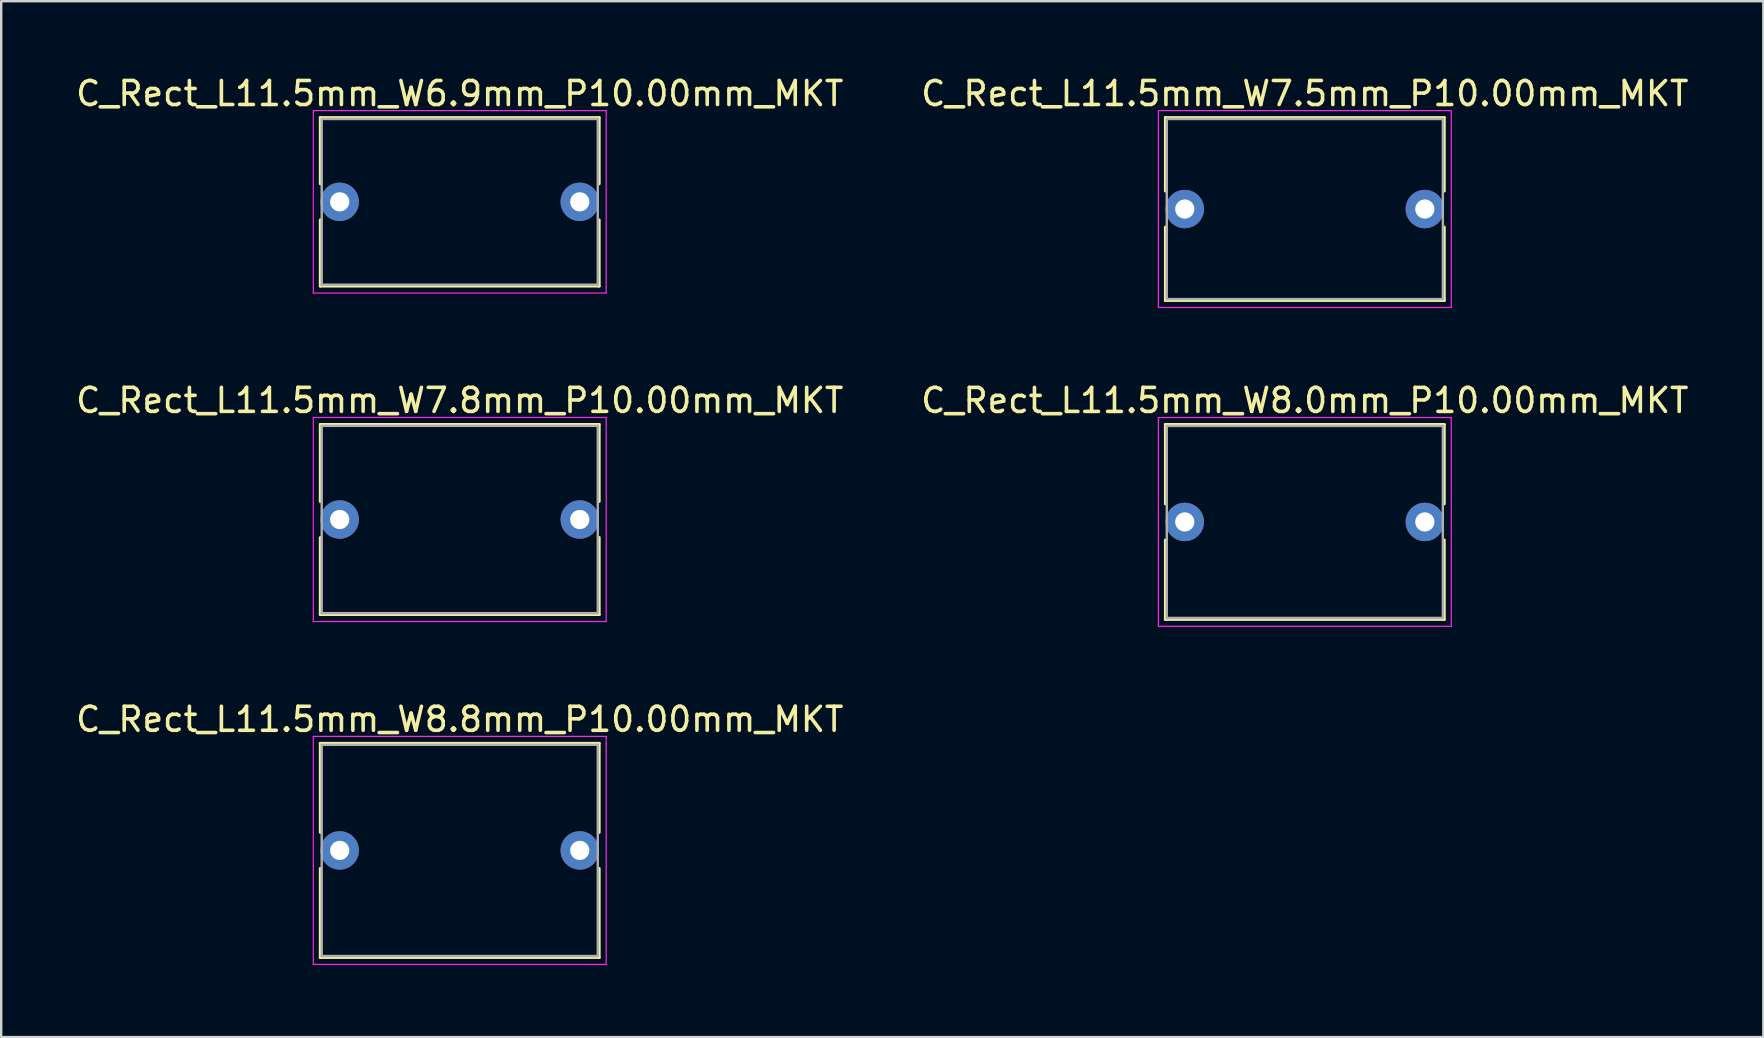
<source format=kicad_pcb>
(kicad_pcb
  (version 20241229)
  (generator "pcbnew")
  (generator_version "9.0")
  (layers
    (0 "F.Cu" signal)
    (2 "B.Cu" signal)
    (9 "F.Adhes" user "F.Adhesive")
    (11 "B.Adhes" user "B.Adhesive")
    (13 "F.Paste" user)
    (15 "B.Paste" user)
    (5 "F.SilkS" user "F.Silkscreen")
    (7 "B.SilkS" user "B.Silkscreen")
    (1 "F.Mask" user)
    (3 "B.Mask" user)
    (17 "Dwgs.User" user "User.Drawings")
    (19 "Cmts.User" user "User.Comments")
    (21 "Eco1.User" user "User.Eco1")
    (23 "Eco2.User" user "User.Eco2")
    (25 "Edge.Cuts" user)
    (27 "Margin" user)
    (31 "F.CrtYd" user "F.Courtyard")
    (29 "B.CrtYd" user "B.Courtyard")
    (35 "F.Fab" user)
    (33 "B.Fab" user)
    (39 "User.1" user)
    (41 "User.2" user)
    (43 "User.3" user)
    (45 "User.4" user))
  (footprint "C_Rect_L11.5mm_W7.8mm_P10.00mm_MKT"
    (layer "F.Cu")
    (at 11.101 18.591)
    (property "Reference" "C_Rect_L11.5mm_W7.8mm_P10.00mm_MKT" (at 5 -4.96 0) (layer "F.SilkS") (effects (font (size 1 1) (thickness 0.15))))
    (attr through_hole)
    (fp_line (start -0.81 -3.96) (end -0.81 -0.75) (stroke (width 0.12) (type solid)) (layer "F.SilkS"))
    (fp_line (start -0.81 -3.96) (end 10.81 -3.96) (stroke (width 0.12) (type solid)) (layer "F.SilkS"))
    (fp_line (start -0.81 0.75) (end -0.81 3.96) (stroke (width 0.12) (type solid)) (layer "F.SilkS"))
    (fp_line (start -0.81 3.96) (end 10.81 3.96) (stroke (width 0.12) (type solid)) (layer "F.SilkS"))
    (fp_line (start 10.81 -3.96) (end 10.81 -0.75) (stroke (width 0.12) (type solid)) (layer "F.SilkS"))
    (fp_line (start 10.81 0.75) (end 10.81 3.96) (stroke (width 0.12) (type solid)) (layer "F.SilkS"))
    (fp_line (start -1.1 -4.25) (end -1.1 4.25) (stroke (width 0.05) (type solid)) (layer "F.CrtYd"))
    (fp_line (start -1.1 4.25) (end 11.1 4.25) (stroke (width 0.05) (type solid)) (layer "F.CrtYd"))
    (fp_line (start 11.1 -4.25) (end -1.1 -4.25) (stroke (width 0.05) (type solid)) (layer "F.CrtYd"))
    (fp_line (start 11.1 4.25) (end 11.1 -4.25) (stroke (width 0.05) (type solid)) (layer "F.CrtYd"))
    (fp_line (start -0.75 -3.9) (end -0.75 3.9) (stroke (width 0.1) (type solid)) (layer "F.Fab"))
    (fp_line (start -0.75 3.9) (end 10.75 3.9) (stroke (width 0.1) (type solid)) (layer "F.Fab"))
    (fp_line (start 10.75 -3.9) (end -0.75 -3.9) (stroke (width 0.1) (type solid)) (layer "F.Fab"))
    (fp_line (start 10.75 3.9) (end 10.75 -3.9) (stroke (width 0.1) (type solid)) (layer "F.Fab"))
    (pad "1" thru_hole circle (at 0 0) (size 1.6 1.6) (drill 0.8) (layers "*.Cu" "*.Mask"))
    (pad "2" thru_hole circle (at 10 0) (size 1.6 1.6) (drill 0.8) (layers "*.Cu" "*.Mask")))
  (footprint "C_Rect_L11.5mm_W7.5mm_P10.00mm_MKT"
    (layer "F.Cu")
    (at 46.304 5.658)
    (property "Reference" "C_Rect_L11.5mm_W7.5mm_P10.00mm_MKT" (at 5 -4.81 0) (layer "F.SilkS") (effects (font (size 1 1) (thickness 0.15))))
    (attr through_hole)
    (fp_line (start -0.81 -3.81) (end -0.81 -0.75) (stroke (width 0.12) (type solid)) (layer "F.SilkS"))
    (fp_line (start -0.81 -3.81) (end 10.81 -3.81) (stroke (width 0.12) (type solid)) (layer "F.SilkS"))
    (fp_line (start -0.81 0.75) (end -0.81 3.81) (stroke (width 0.12) (type solid)) (layer "F.SilkS"))
    (fp_line (start -0.81 3.81) (end 10.81 3.81) (stroke (width 0.12) (type solid)) (layer "F.SilkS"))
    (fp_line (start 10.81 -3.81) (end 10.81 -0.75) (stroke (width 0.12) (type solid)) (layer "F.SilkS"))
    (fp_line (start 10.81 0.75) (end 10.81 3.81) (stroke (width 0.12) (type solid)) (layer "F.SilkS"))
    (fp_line (start -1.1 -4.1) (end -1.1 4.1) (stroke (width 0.05) (type solid)) (layer "F.CrtYd"))
    (fp_line (start -1.1 4.1) (end 11.1 4.1) (stroke (width 0.05) (type solid)) (layer "F.CrtYd"))
    (fp_line (start 11.1 -4.1) (end -1.1 -4.1) (stroke (width 0.05) (type solid)) (layer "F.CrtYd"))
    (fp_line (start 11.1 4.1) (end 11.1 -4.1) (stroke (width 0.05) (type solid)) (layer "F.CrtYd"))
    (fp_line (start -0.75 -3.75) (end -0.75 3.75) (stroke (width 0.1) (type solid)) (layer "F.Fab"))
    (fp_line (start -0.75 3.75) (end 10.75 3.75) (stroke (width 0.1) (type solid)) (layer "F.Fab"))
    (fp_line (start 10.75 -3.75) (end -0.75 -3.75) (stroke (width 0.1) (type solid)) (layer "F.Fab"))
    (fp_line (start 10.75 3.75) (end 10.75 -3.75) (stroke (width 0.1) (type solid)) (layer "F.Fab"))
    (pad "1" thru_hole circle (at 0 0) (size 1.6 1.6) (drill 0.8) (layers "*.Cu" "*.Mask"))
    (pad "2" thru_hole circle (at 10 0) (size 1.6 1.6) (drill 0.8) (layers "*.Cu" "*.Mask")))
  (footprint "C_Rect_L11.5mm_W6.9mm_P10.00mm_MKT"
    (layer "F.Cu")
    (at 11.101 5.358)
    (property "Reference" "C_Rect_L11.5mm_W6.9mm_P10.00mm_MKT" (at 5 -4.51 0) (layer "F.SilkS") (effects (font (size 1 1) (thickness 0.15))))
    (attr through_hole)
    (fp_line (start -0.81 -3.51) (end -0.81 -0.75) (stroke (width 0.12) (type solid)) (layer "F.SilkS"))
    (fp_line (start -0.81 -3.51) (end 10.81 -3.51) (stroke (width 0.12) (type solid)) (layer "F.SilkS"))
    (fp_line (start -0.81 0.75) (end -0.81 3.51) (stroke (width 0.12) (type solid)) (layer "F.SilkS"))
    (fp_line (start -0.81 3.51) (end 10.81 3.51) (stroke (width 0.12) (type solid)) (layer "F.SilkS"))
    (fp_line (start 10.81 -3.51) (end 10.81 -0.75) (stroke (width 0.12) (type solid)) (layer "F.SilkS"))
    (fp_line (start 10.81 0.75) (end 10.81 3.51) (stroke (width 0.12) (type solid)) (layer "F.SilkS"))
    (fp_line (start -1.1 -3.8) (end -1.1 3.8) (stroke (width 0.05) (type solid)) (layer "F.CrtYd"))
    (fp_line (start -1.1 3.8) (end 11.1 3.8) (stroke (width 0.05) (type solid)) (layer "F.CrtYd"))
    (fp_line (start 11.1 -3.8) (end -1.1 -3.8) (stroke (width 0.05) (type solid)) (layer "F.CrtYd"))
    (fp_line (start 11.1 3.8) (end 11.1 -3.8) (stroke (width 0.05) (type solid)) (layer "F.CrtYd"))
    (fp_line (start -0.75 -3.45) (end -0.75 3.45) (stroke (width 0.1) (type solid)) (layer "F.Fab"))
    (fp_line (start -0.75 3.45) (end 10.75 3.45) (stroke (width 0.1) (type solid)) (layer "F.Fab"))
    (fp_line (start 10.75 -3.45) (end -0.75 -3.45) (stroke (width 0.1) (type solid)) (layer "F.Fab"))
    (fp_line (start 10.75 3.45) (end 10.75 -3.45) (stroke (width 0.1) (type solid)) (layer "F.Fab"))
    (pad "1" thru_hole circle (at 0 0) (size 1.6 1.6) (drill 0.8) (layers "*.Cu" "*.Mask"))
    (pad "2" thru_hole circle (at 10 0) (size 1.6 1.6) (drill 0.8) (layers "*.Cu" "*.Mask")))
  (footprint "C_Rect_L11.5mm_W8.0mm_P10.00mm_MKT"
    (layer "F.Cu")
    (at 46.304 18.692)
    (property "Reference" "C_Rect_L11.5mm_W8.0mm_P10.00mm_MKT" (at 5 -5.06 0) (layer "F.SilkS") (effects (font (size 1 1) (thickness 0.15))))
    (attr through_hole)
    (fp_line (start -0.81 -4.06) (end -0.81 -0.75) (stroke (width 0.12) (type solid)) (layer "F.SilkS"))
    (fp_line (start -0.81 -4.06) (end 10.81 -4.06) (stroke (width 0.12) (type solid)) (layer "F.SilkS"))
    (fp_line (start -0.81 0.75) (end -0.81 4.06) (stroke (width 0.12) (type solid)) (layer "F.SilkS"))
    (fp_line (start -0.81 4.06) (end 10.81 4.06) (stroke (width 0.12) (type solid)) (layer "F.SilkS"))
    (fp_line (start 10.81 -4.06) (end 10.81 -0.75) (stroke (width 0.12) (type solid)) (layer "F.SilkS"))
    (fp_line (start 10.81 0.75) (end 10.81 4.06) (stroke (width 0.12) (type solid)) (layer "F.SilkS"))
    (fp_line (start -1.1 -4.35) (end -1.1 4.35) (stroke (width 0.05) (type solid)) (layer "F.CrtYd"))
    (fp_line (start -1.1 4.35) (end 11.1 4.35) (stroke (width 0.05) (type solid)) (layer "F.CrtYd"))
    (fp_line (start 11.1 -4.35) (end -1.1 -4.35) (stroke (width 0.05) (type solid)) (layer "F.CrtYd"))
    (fp_line (start 11.1 4.35) (end 11.1 -4.35) (stroke (width 0.05) (type solid)) (layer "F.CrtYd"))
    (fp_line (start -0.75 -4) (end -0.75 4) (stroke (width 0.1) (type solid)) (layer "F.Fab"))
    (fp_line (start -0.75 4) (end 10.75 4) (stroke (width 0.1) (type solid)) (layer "F.Fab"))
    (fp_line (start 10.75 -4) (end -0.75 -4) (stroke (width 0.1) (type solid)) (layer "F.Fab"))
    (fp_line (start 10.75 4) (end 10.75 -4) (stroke (width 0.1) (type solid)) (layer "F.Fab"))
    (pad "1" thru_hole circle (at 0 0) (size 1.6 1.6) (drill 0.8) (layers "*.Cu" "*.Mask"))
    (pad "2" thru_hole circle (at 10 0) (size 1.6 1.6) (drill 0.8) (layers "*.Cu" "*.Mask")))
  (footprint "C_Rect_L11.5mm_W8.8mm_P10.00mm_MKT"
    (layer "F.Cu")
    (at 11.101 32.375)
    (property "Reference" "C_Rect_L11.5mm_W8.8mm_P10.00mm_MKT" (at 5 -5.46 0) (layer "F.SilkS") (effects (font (size 1 1) (thickness 0.15))))
    (attr through_hole)
    (fp_line (start -0.81 -4.46) (end -0.81 -0.75) (stroke (width 0.12) (type solid)) (layer "F.SilkS"))
    (fp_line (start -0.81 -4.46) (end 10.81 -4.46) (stroke (width 0.12) (type solid)) (layer "F.SilkS"))
    (fp_line (start -0.81 0.75) (end -0.81 4.46) (stroke (width 0.12) (type solid)) (layer "F.SilkS"))
    (fp_line (start -0.81 4.46) (end 10.81 4.46) (stroke (width 0.12) (type solid)) (layer "F.SilkS"))
    (fp_line (start 10.81 -4.46) (end 10.81 -0.75) (stroke (width 0.12) (type solid)) (layer "F.SilkS"))
    (fp_line (start 10.81 0.75) (end 10.81 4.46) (stroke (width 0.12) (type solid)) (layer "F.SilkS"))
    (fp_line (start -1.1 -4.75) (end -1.1 4.75) (stroke (width 0.05) (type solid)) (layer "F.CrtYd"))
    (fp_line (start -1.1 4.75) (end 11.1 4.75) (stroke (width 0.05) (type solid)) (layer "F.CrtYd"))
    (fp_line (start 11.1 -4.75) (end -1.1 -4.75) (stroke (width 0.05) (type solid)) (layer "F.CrtYd"))
    (fp_line (start 11.1 4.75) (end 11.1 -4.75) (stroke (width 0.05) (type solid)) (layer "F.CrtYd"))
    (fp_line (start -0.75 -4.4) (end -0.75 4.4) (stroke (width 0.1) (type solid)) (layer "F.Fab"))
    (fp_line (start -0.75 4.4) (end 10.75 4.4) (stroke (width 0.1) (type solid)) (layer "F.Fab"))
    (fp_line (start 10.75 -4.4) (end -0.75 -4.4) (stroke (width 0.1) (type solid)) (layer "F.Fab"))
    (fp_line (start 10.75 4.4) (end 10.75 -4.4) (stroke (width 0.1) (type solid)) (layer "F.Fab"))
    (pad "1" thru_hole circle (at 0 0) (size 1.6 1.6) (drill 0.8) (layers "*.Cu" "*.Mask"))
    (pad "2" thru_hole circle (at 10 0) (size 1.6 1.6) (drill 0.8) (layers "*.Cu" "*.Mask")))
  (gr_rect
    (start -3 -3)
    (end 70.405 40.15)
    (stroke (width 0.1) (type default))
    (fill no)
    (layer "Edge.Cuts")))
</source>
